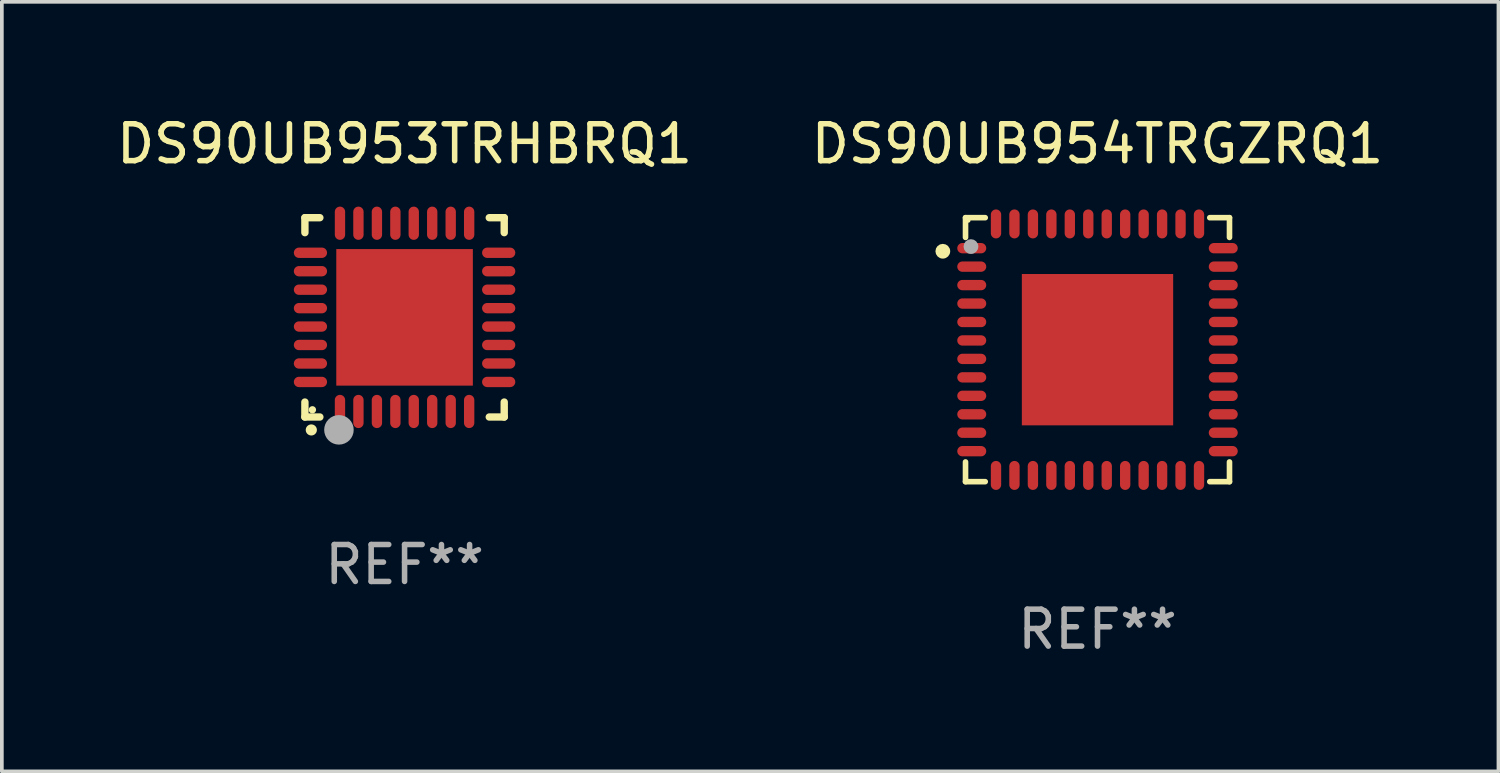
<source format=kicad_pcb>
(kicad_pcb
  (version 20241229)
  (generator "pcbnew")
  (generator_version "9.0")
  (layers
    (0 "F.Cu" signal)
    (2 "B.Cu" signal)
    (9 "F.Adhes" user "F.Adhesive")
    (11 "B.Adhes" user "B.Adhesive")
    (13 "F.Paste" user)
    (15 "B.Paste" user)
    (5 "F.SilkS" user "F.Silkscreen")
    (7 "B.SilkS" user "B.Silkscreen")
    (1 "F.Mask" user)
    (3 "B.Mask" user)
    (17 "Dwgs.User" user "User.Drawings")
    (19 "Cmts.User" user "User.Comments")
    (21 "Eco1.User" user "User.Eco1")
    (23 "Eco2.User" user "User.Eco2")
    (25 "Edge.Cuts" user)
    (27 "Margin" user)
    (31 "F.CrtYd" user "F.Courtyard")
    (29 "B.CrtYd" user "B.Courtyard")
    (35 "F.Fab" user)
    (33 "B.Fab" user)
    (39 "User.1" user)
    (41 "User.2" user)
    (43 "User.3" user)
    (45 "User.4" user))
  (footprint "DS90UB953TRHBRQ1"
    (layer "F.Cu")
    (at 7.911 5.548)
    (property "Reference" "DS90UB953TRHBRQ1" (at 0 -4.7 0) (layer "F.SilkS") (effects (font (size 1 1) (thickness 0.15))))
    (attr through_hole)
    (fp_line (start -2.7 -2.7) (end -2.295 -2.7) (stroke (width 0.2) (type solid)) (layer "F.SilkS"))
    (fp_line (start -2.7 -2.295) (end -2.7 -2.7) (stroke (width 0.2) (type solid)) (layer "F.SilkS"))
    (fp_line (start -2.7 2.7) (end -2.7 2.295) (stroke (width 0.2) (type solid)) (layer "F.SilkS"))
    (fp_line (start -2.295 2.7) (end -2.7 2.7) (stroke (width 0.2) (type solid)) (layer "F.SilkS"))
    (fp_line (start 2.295 2.7) (end 2.7 2.7) (stroke (width 0.2) (type solid)) (layer "F.SilkS"))
    (fp_line (start 2.7 -2.7) (end 2.295 -2.7) (stroke (width 0.2) (type solid)) (layer "F.SilkS"))
    (fp_line (start 2.7 -2.295) (end 2.7 -2.7) (stroke (width 0.2) (type solid)) (layer "F.SilkS"))
    (fp_line (start 2.7 2.7) (end 2.7 2.295) (stroke (width 0.2) (type solid)) (layer "F.SilkS"))
    (fp_arc (start -2.527889 3.050546) (mid -2.526619 3.050541) (end -2.525349 3.050546) (stroke (width 0.3) (type solid)) (layer "F.SilkS"))
    (fp_circle (center -2.497 2.505) (end -2.447 2.505) (stroke (width 0.1) (type solid)) (fill no) (layer "F.SilkS"))
    (fp_circle (center -1.778 3.048) (end -1.578 3.048) (stroke (width 0.4) (type solid)) (fill no) (layer "F.Fab"))
    (fp_text user "REF**" (at 0 6.7 0) (layer "F.Fab") (effects (font (size 1 1) (thickness 0.15))))
    (pad "1" smd oval (at -1.75 2.55) (size 0.28 0.9) (layers "F.Cu" "F.Mask" "F.Paste"))
    (pad "2" smd oval (at -1.25 2.55) (size 0.28 0.9) (layers "F.Cu" "F.Mask" "F.Paste"))
    (pad "3" smd oval (at -0.749 2.55) (size 0.28 0.9) (layers "F.Cu" "F.Mask" "F.Paste"))
    (pad "4" smd oval (at -0.249 2.55) (size 0.28 0.9) (layers "F.Cu" "F.Mask" "F.Paste"))
    (pad "5" smd oval (at 0.249 2.55) (size 0.28 0.9) (layers "F.Cu" "F.Mask" "F.Paste"))
    (pad "6" smd oval (at 0.749 2.55) (size 0.28 0.9) (layers "F.Cu" "F.Mask" "F.Paste"))
    (pad "7" smd oval (at 1.25 2.55) (size 0.28 0.9) (layers "F.Cu" "F.Mask" "F.Paste"))
    (pad "8" smd oval (at 1.75 2.55) (size 0.28 0.9) (layers "F.Cu" "F.Mask" "F.Paste"))
    (pad "9" smd oval (at 2.55 1.75) (size 0.9 0.28) (layers "F.Cu" "F.Mask" "F.Paste"))
    (pad "10" smd oval (at 2.55 1.25) (size 0.9 0.28) (layers "F.Cu" "F.Mask" "F.Paste"))
    (pad "11" smd oval (at 2.55 0.749) (size 0.9 0.28) (layers "F.Cu" "F.Mask" "F.Paste"))
    (pad "12" smd oval (at 2.55 0.249) (size 0.9 0.28) (layers "F.Cu" "F.Mask" "F.Paste"))
    (pad "13" smd oval (at 2.55 -0.249) (size 0.9 0.28) (layers "F.Cu" "F.Mask" "F.Paste"))
    (pad "14" smd oval (at 2.55 -0.749) (size 0.9 0.28) (layers "F.Cu" "F.Mask" "F.Paste"))
    (pad "15" smd oval (at 2.55 -1.25) (size 0.9 0.28) (layers "F.Cu" "F.Mask" "F.Paste"))
    (pad "16" smd oval (at 2.55 -1.75) (size 0.9 0.28) (layers "F.Cu" "F.Mask" "F.Paste"))
    (pad "17" smd oval (at 1.75 -2.55) (size 0.28 0.9) (layers "F.Cu" "F.Mask" "F.Paste"))
    (pad "18" smd oval (at 1.25 -2.55) (size 0.28 0.9) (layers "F.Cu" "F.Mask" "F.Paste"))
    (pad "19" smd oval (at 0.749 -2.55) (size 0.28 0.9) (layers "F.Cu" "F.Mask" "F.Paste"))
    (pad "20" smd oval (at 0.249 -2.55) (size 0.28 0.9) (layers "F.Cu" "F.Mask" "F.Paste"))
    (pad "21" smd oval (at -0.249 -2.55) (size 0.28 0.9) (layers "F.Cu" "F.Mask" "F.Paste"))
    (pad "22" smd oval (at -0.749 -2.55) (size 0.28 0.9) (layers "F.Cu" "F.Mask" "F.Paste"))
    (pad "23" smd oval (at -1.25 -2.55) (size 0.28 0.9) (layers "F.Cu" "F.Mask" "F.Paste"))
    (pad "24" smd oval (at -1.75 -2.55) (size 0.28 0.9) (layers "F.Cu" "F.Mask" "F.Paste"))
    (pad "25" smd oval (at -2.55 -1.75) (size 0.9 0.28) (layers "F.Cu" "F.Mask" "F.Paste"))
    (pad "26" smd oval (at -2.55 -1.25) (size 0.9 0.28) (layers "F.Cu" "F.Mask" "F.Paste"))
    (pad "27" smd oval (at -2.55 -0.749) (size 0.9 0.28) (layers "F.Cu" "F.Mask" "F.Paste"))
    (pad "28" smd oval (at -2.55 -0.249) (size 0.9 0.28) (layers "F.Cu" "F.Mask" "F.Paste"))
    (pad "29" smd oval (at -2.55 0.249) (size 0.9 0.28) (layers "F.Cu" "F.Mask" "F.Paste"))
    (pad "30" smd oval (at -2.55 0.749) (size 0.9 0.28) (layers "F.Cu" "F.Mask" "F.Paste"))
    (pad "31" smd oval (at -2.55 1.25) (size 0.9 0.28) (layers "F.Cu" "F.Mask" "F.Paste"))
    (pad "32" smd oval (at -2.55 1.75) (size 0.9 0.28) (layers "F.Cu" "F.Mask" "F.Paste"))
    (pad "33" smd rect (at 0.000076 0.000076) (size 3.7 3.7) (layers "F.Cu" "F.Mask" "F.Paste")))
  (footprint "DS90UB954TRGZRQ1"
    (layer "F.Cu")
    (at 26.685 6.424)
    (property "Reference" "DS90UB954TRGZRQ1" (at 0 -5.576 0) (layer "F.SilkS") (effects (font (size 1 1) (thickness 0.15))))
    (attr through_hole)
    (fp_line (start -3.576 -3.576) (end -3.042 -3.576) (stroke (width 0.152) (type solid)) (layer "F.SilkS"))
    (fp_line (start -3.576 -3.042) (end -3.576 -3.576) (stroke (width 0.152) (type solid)) (layer "F.SilkS"))
    (fp_line (start -3.576 3.042) (end -3.576 3.576) (stroke (width 0.152) (type solid)) (layer "F.SilkS"))
    (fp_line (start -3.576 3.576) (end -3.042 3.576) (stroke (width 0.152) (type solid)) (layer "F.SilkS"))
    (fp_line (start 3.576 -3.576) (end 3.042 -3.576) (stroke (width 0.152) (type solid)) (layer "F.SilkS"))
    (fp_line (start 3.576 -3.042) (end 3.576 -3.576) (stroke (width 0.152) (type solid)) (layer "F.SilkS"))
    (fp_line (start 3.576 3.042) (end 3.576 3.576) (stroke (width 0.152) (type solid)) (layer "F.SilkS"))
    (fp_line (start 3.576 3.576) (end 3.042 3.576) (stroke (width 0.152) (type solid)) (layer "F.SilkS"))
    (fp_circle (center -4.191 -2.667) (end -4.091 -2.667) (stroke (width 0.2) (type solid)) (fill no) (layer "F.SilkS"))
    (fp_circle (center -3.5 -3.5) (end -3.47 -3.5) (stroke (width 0.06) (type solid)) (fill no) (layer "F.SilkS"))
    (fp_circle (center -3.429 -2.794) (end -3.329 -2.794) (stroke (width 0.2) (type solid)) (fill no) (layer "F.Fab"))
    (fp_text user "REF**" (at 0 7.576 0) (layer "F.Fab") (effects (font (size 1 1) (thickness 0.15))))
    (pad "1" smd oval (at -3.407 -2.75) (size 0.785 0.28) (layers "F.Cu" "F.Mask" "F.Paste"))
    (pad "2" smd oval (at -3.407 -2.25) (size 0.785 0.28) (layers "F.Cu" "F.Mask" "F.Paste"))
    (pad "3" smd oval (at -3.407 -1.75) (size 0.785 0.28) (layers "F.Cu" "F.Mask" "F.Paste"))
    (pad "4" smd oval (at -3.407 -1.25) (size 0.785 0.28) (layers "F.Cu" "F.Mask" "F.Paste"))
    (pad "5" smd oval (at -3.407 -0.75) (size 0.785 0.28) (layers "F.Cu" "F.Mask" "F.Paste"))
    (pad "6" smd oval (at -3.407 -0.25) (size 0.785 0.28) (layers "F.Cu" "F.Mask" "F.Paste"))
    (pad "7" smd oval (at -3.407 0.25) (size 0.785 0.28) (layers "F.Cu" "F.Mask" "F.Paste"))
    (pad "8" smd oval (at -3.407 0.75) (size 0.785 0.28) (layers "F.Cu" "F.Mask" "F.Paste"))
    (pad "9" smd oval (at -3.407 1.25) (size 0.785 0.28) (layers "F.Cu" "F.Mask" "F.Paste"))
    (pad "10" smd oval (at -3.407 1.75) (size 0.785 0.28) (layers "F.Cu" "F.Mask" "F.Paste"))
    (pad "11" smd oval (at -3.407 2.25) (size 0.785 0.28) (layers "F.Cu" "F.Mask" "F.Paste"))
    (pad "12" smd oval (at -3.407 2.75) (size 0.785 0.28) (layers "F.Cu" "F.Mask" "F.Paste"))
    (pad "13" smd oval (at -2.75 3.407) (size 0.28 0.785) (layers "F.Cu" "F.Mask" "F.Paste"))
    (pad "14" smd oval (at -2.25 3.407) (size 0.28 0.785) (layers "F.Cu" "F.Mask" "F.Paste"))
    (pad "15" smd oval (at -1.75 3.407) (size 0.28 0.785) (layers "F.Cu" "F.Mask" "F.Paste"))
    (pad "16" smd oval (at -1.25 3.407) (size 0.28 0.785) (layers "F.Cu" "F.Mask" "F.Paste"))
    (pad "17" smd oval (at -0.75 3.407) (size 0.28 0.785) (layers "F.Cu" "F.Mask" "F.Paste"))
    (pad "18" smd oval (at -0.25 3.407) (size 0.28 0.785) (layers "F.Cu" "F.Mask" "F.Paste"))
    (pad "19" smd oval (at 0.25 3.407) (size 0.28 0.785) (layers "F.Cu" "F.Mask" "F.Paste"))
    (pad "20" smd oval (at 0.75 3.407) (size 0.28 0.785) (layers "F.Cu" "F.Mask" "F.Paste"))
    (pad "21" smd oval (at 1.25 3.407) (size 0.28 0.785) (layers "F.Cu" "F.Mask" "F.Paste"))
    (pad "22" smd oval (at 1.75 3.407) (size 0.28 0.785) (layers "F.Cu" "F.Mask" "F.Paste"))
    (pad "23" smd oval (at 2.25 3.407) (size 0.28 0.785) (layers "F.Cu" "F.Mask" "F.Paste"))
    (pad "24" smd oval (at 2.75 3.407) (size 0.28 0.785) (layers "F.Cu" "F.Mask" "F.Paste"))
    (pad "25" smd oval (at 3.407 2.75) (size 0.785 0.28) (layers "F.Cu" "F.Mask" "F.Paste"))
    (pad "26" smd oval (at 3.407 2.25) (size 0.785 0.28) (layers "F.Cu" "F.Mask" "F.Paste"))
    (pad "27" smd oval (at 3.407 1.75) (size 0.785 0.28) (layers "F.Cu" "F.Mask" "F.Paste"))
    (pad "28" smd oval (at 3.407 1.25) (size 0.785 0.28) (layers "F.Cu" "F.Mask" "F.Paste"))
    (pad "29" smd oval (at 3.407 0.75) (size 0.785 0.28) (layers "F.Cu" "F.Mask" "F.Paste"))
    (pad "30" smd oval (at 3.407 0.25) (size 0.785 0.28) (layers "F.Cu" "F.Mask" "F.Paste"))
    (pad "31" smd oval (at 3.407 -0.25) (size 0.785 0.28) (layers "F.Cu" "F.Mask" "F.Paste"))
    (pad "32" smd oval (at 3.407 -0.75) (size 0.785 0.28) (layers "F.Cu" "F.Mask" "F.Paste"))
    (pad "33" smd oval (at 3.407 -1.25) (size 0.785 0.28) (layers "F.Cu" "F.Mask" "F.Paste"))
    (pad "34" smd oval (at 3.407 -1.75) (size 0.785 0.28) (layers "F.Cu" "F.Mask" "F.Paste"))
    (pad "35" smd oval (at 3.407 -2.25) (size 0.785 0.28) (layers "F.Cu" "F.Mask" "F.Paste"))
    (pad "36" smd oval (at 3.407 -2.75) (size 0.785 0.28) (layers "F.Cu" "F.Mask" "F.Paste"))
    (pad "37" smd oval (at 2.75 -3.407) (size 0.28 0.785) (layers "F.Cu" "F.Mask" "F.Paste"))
    (pad "38" smd oval (at 2.25 -3.407) (size 0.28 0.785) (layers "F.Cu" "F.Mask" "F.Paste"))
    (pad "39" smd oval (at 1.75 -3.407) (size 0.28 0.785) (layers "F.Cu" "F.Mask" "F.Paste"))
    (pad "40" smd oval (at 1.25 -3.407) (size 0.28 0.785) (layers "F.Cu" "F.Mask" "F.Paste"))
    (pad "41" smd oval (at 0.75 -3.407) (size 0.28 0.785) (layers "F.Cu" "F.Mask" "F.Paste"))
    (pad "42" smd oval (at 0.25 -3.407) (size 0.28 0.785) (layers "F.Cu" "F.Mask" "F.Paste"))
    (pad "43" smd oval (at -0.25 -3.407) (size 0.28 0.785) (layers "F.Cu" "F.Mask" "F.Paste"))
    (pad "44" smd oval (at -0.75 -3.407) (size 0.28 0.785) (layers "F.Cu" "F.Mask" "F.Paste"))
    (pad "45" smd oval (at -1.25 -3.407) (size 0.28 0.785) (layers "F.Cu" "F.Mask" "F.Paste"))
    (pad "46" smd oval (at -1.75 -3.407) (size 0.28 0.785) (layers "F.Cu" "F.Mask" "F.Paste"))
    (pad "47" smd oval (at -2.25 -3.407) (size 0.28 0.785) (layers "F.Cu" "F.Mask" "F.Paste"))
    (pad "48" smd oval (at -2.75 -3.407) (size 0.28 0.785) (layers "F.Cu" "F.Mask" "F.Paste"))
    (pad "49" smd rect (at 0 0) (size 4.1 4.1) (layers "F.Cu" "F.Mask" "F.Paste")))
  (gr_rect
    (start -3 -3)
    (end 37.548 17.849)
    (stroke (width 0.1) (type default))
    (fill no)
    (layer "Edge.Cuts")))
</source>
